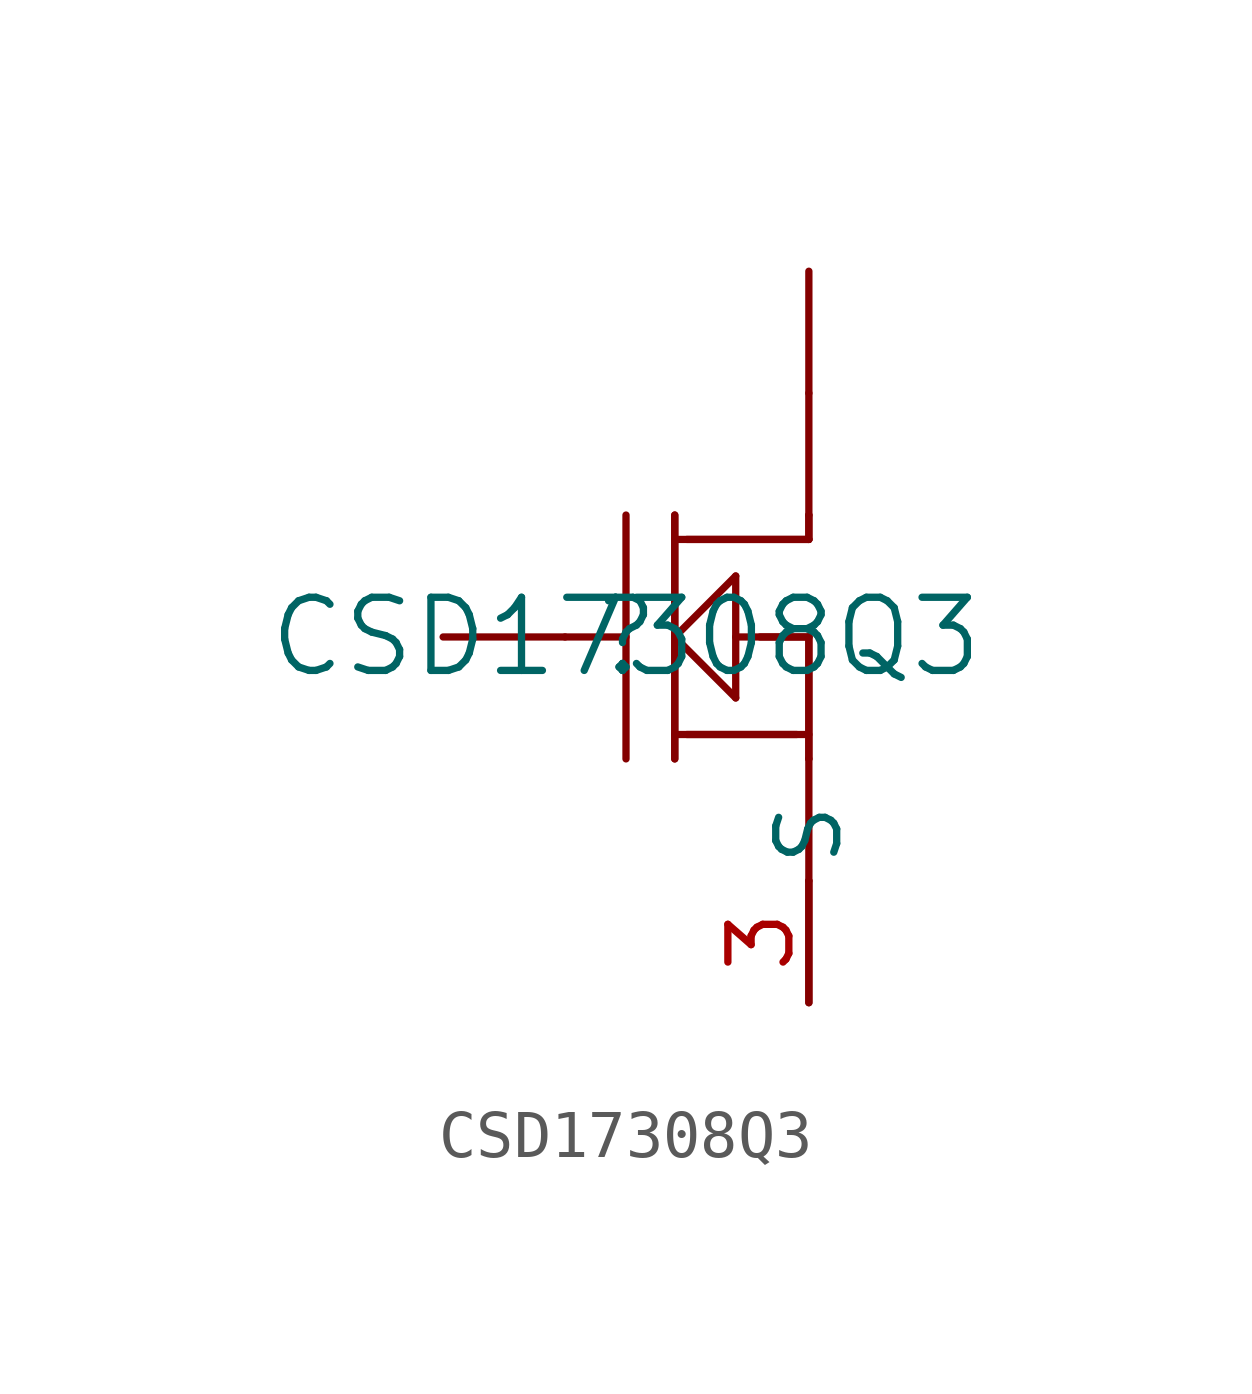
<source format=kicad_sym>
(kicad_symbol_lib
  (version 20241209)
  (generator "kicad_symbol_editor")
  (generator_version "9.0")
  (symbol "CSD17308Q3"
    (pin_names
      (offset 0.254))
    (property "Reference" ""
      (at 0 0 0)
      (effects (font (size 1.524 1.524))))
    (property "Value" "CSD17308Q3"
      (at 0 0 0)
      (effects (font (size 1.524 1.524))))
    (property "ki_locked" ""
      (at 0 0 0)
      (effects (font (size 1.27 1.27))))
    (symbol "CSD17308Q3_1_1"
      (polyline (pts (xy -3.81 0) (xy -1.27 0)) (stroke (width 0.152) (type default)) (fill (type none)))
      (polyline (pts (xy -1.27 0) (xy 0 0)) (stroke (width 0.152) (type default)) (fill (type none)))
      (polyline (pts (xy 0 -2.54) (xy 0 2.54)) (stroke (width 0.152) (type default)) (fill (type none)))
      (polyline (pts (xy 1.016 2.54) (xy 1.016 -2.54)) (stroke (width 0.152) (type default)) (fill (type none)))
      (polyline (pts (xy 1.016 2.54) (xy 1.016 -2.54)) (stroke (width 0.152) (type default)) (fill (type none)))
      (polyline (pts (xy 1.016 0) (xy 2.286 1.27)) (stroke (width 0.152) (type default)) (fill (type none)))
      (polyline (pts (xy 1.016 -2.032) (xy 3.81 -2.032)) (stroke (width 0.152) (type default)) (fill (type none)))
      (polyline (pts (xy 1.27 -2.032) (xy 3.556 -2.032)) (stroke (width 0.152) (type default)) (fill (type none)))
      (polyline (pts (xy 2.286 1.27) (xy 2.286 -1.27)) (stroke (width 0.152) (type default)) (fill (type none)))
      (polyline (pts (xy 2.286 0) (xy 3.81 0)) (stroke (width 0.152) (type default)) (fill (type none)))
      (polyline (pts (xy 2.286 -1.27) (xy 1.016 0)) (stroke (width 0.152) (type default)) (fill (type none)))
      (polyline (pts (xy 2.794 0) (xy 3.81 0)) (stroke (width 0.152) (type default)) (fill (type none)))
      (polyline (pts (xy 3.81 7.62) (xy 3.81 5.08)) (stroke (width 0.152) (type default)) (fill (type none)))
      (polyline (pts (xy 3.81 5.08) (xy 3.81 2.54)) (stroke (width 0.152) (type default)) (fill (type none)))
      (polyline (pts (xy 3.81 2.54) (xy 3.81 2.032)) (stroke (width 0.152) (type default)) (fill (type none)))
      (polyline (pts (xy 3.81 2.54) (xy 3.81 2.032)) (stroke (width 0.152) (type default)) (fill (type none)))
      (polyline (pts (xy 3.81 2.032) (xy 1.016 2.032)) (stroke (width 0.152) (type default)) (fill (type none)))
      (polyline (pts (xy 3.81 2.032) (xy 1.27 2.032)) (stroke (width 0.152) (type default)) (fill (type none)))
      (polyline (pts (xy 3.81 0) (xy 3.81 -2.54)) (stroke (width 0.152) (type default)) (fill (type none)))
      (polyline (pts (xy 3.81 0) (xy 3.81 -2.54)) (stroke (width 0.152) (type default)) (fill (type none)))
      (polyline (pts (xy 3.81 -2.54) (xy 3.81 -5.08)) (stroke (width 0.152) (type default)) (fill (type none)))
      (polyline (pts (xy 3.81 -7.62) (xy 3.81 -5.08)) (stroke (width 0.152) (type default)) (fill (type none)))
      (pin unspecified line (at 3.81 -7.62 90) (length 2.54) (name "S" (effects (font (size 1.27 1.27)))) (number "3" (effects (font (size 1.27 1.27))))))))
</source>
